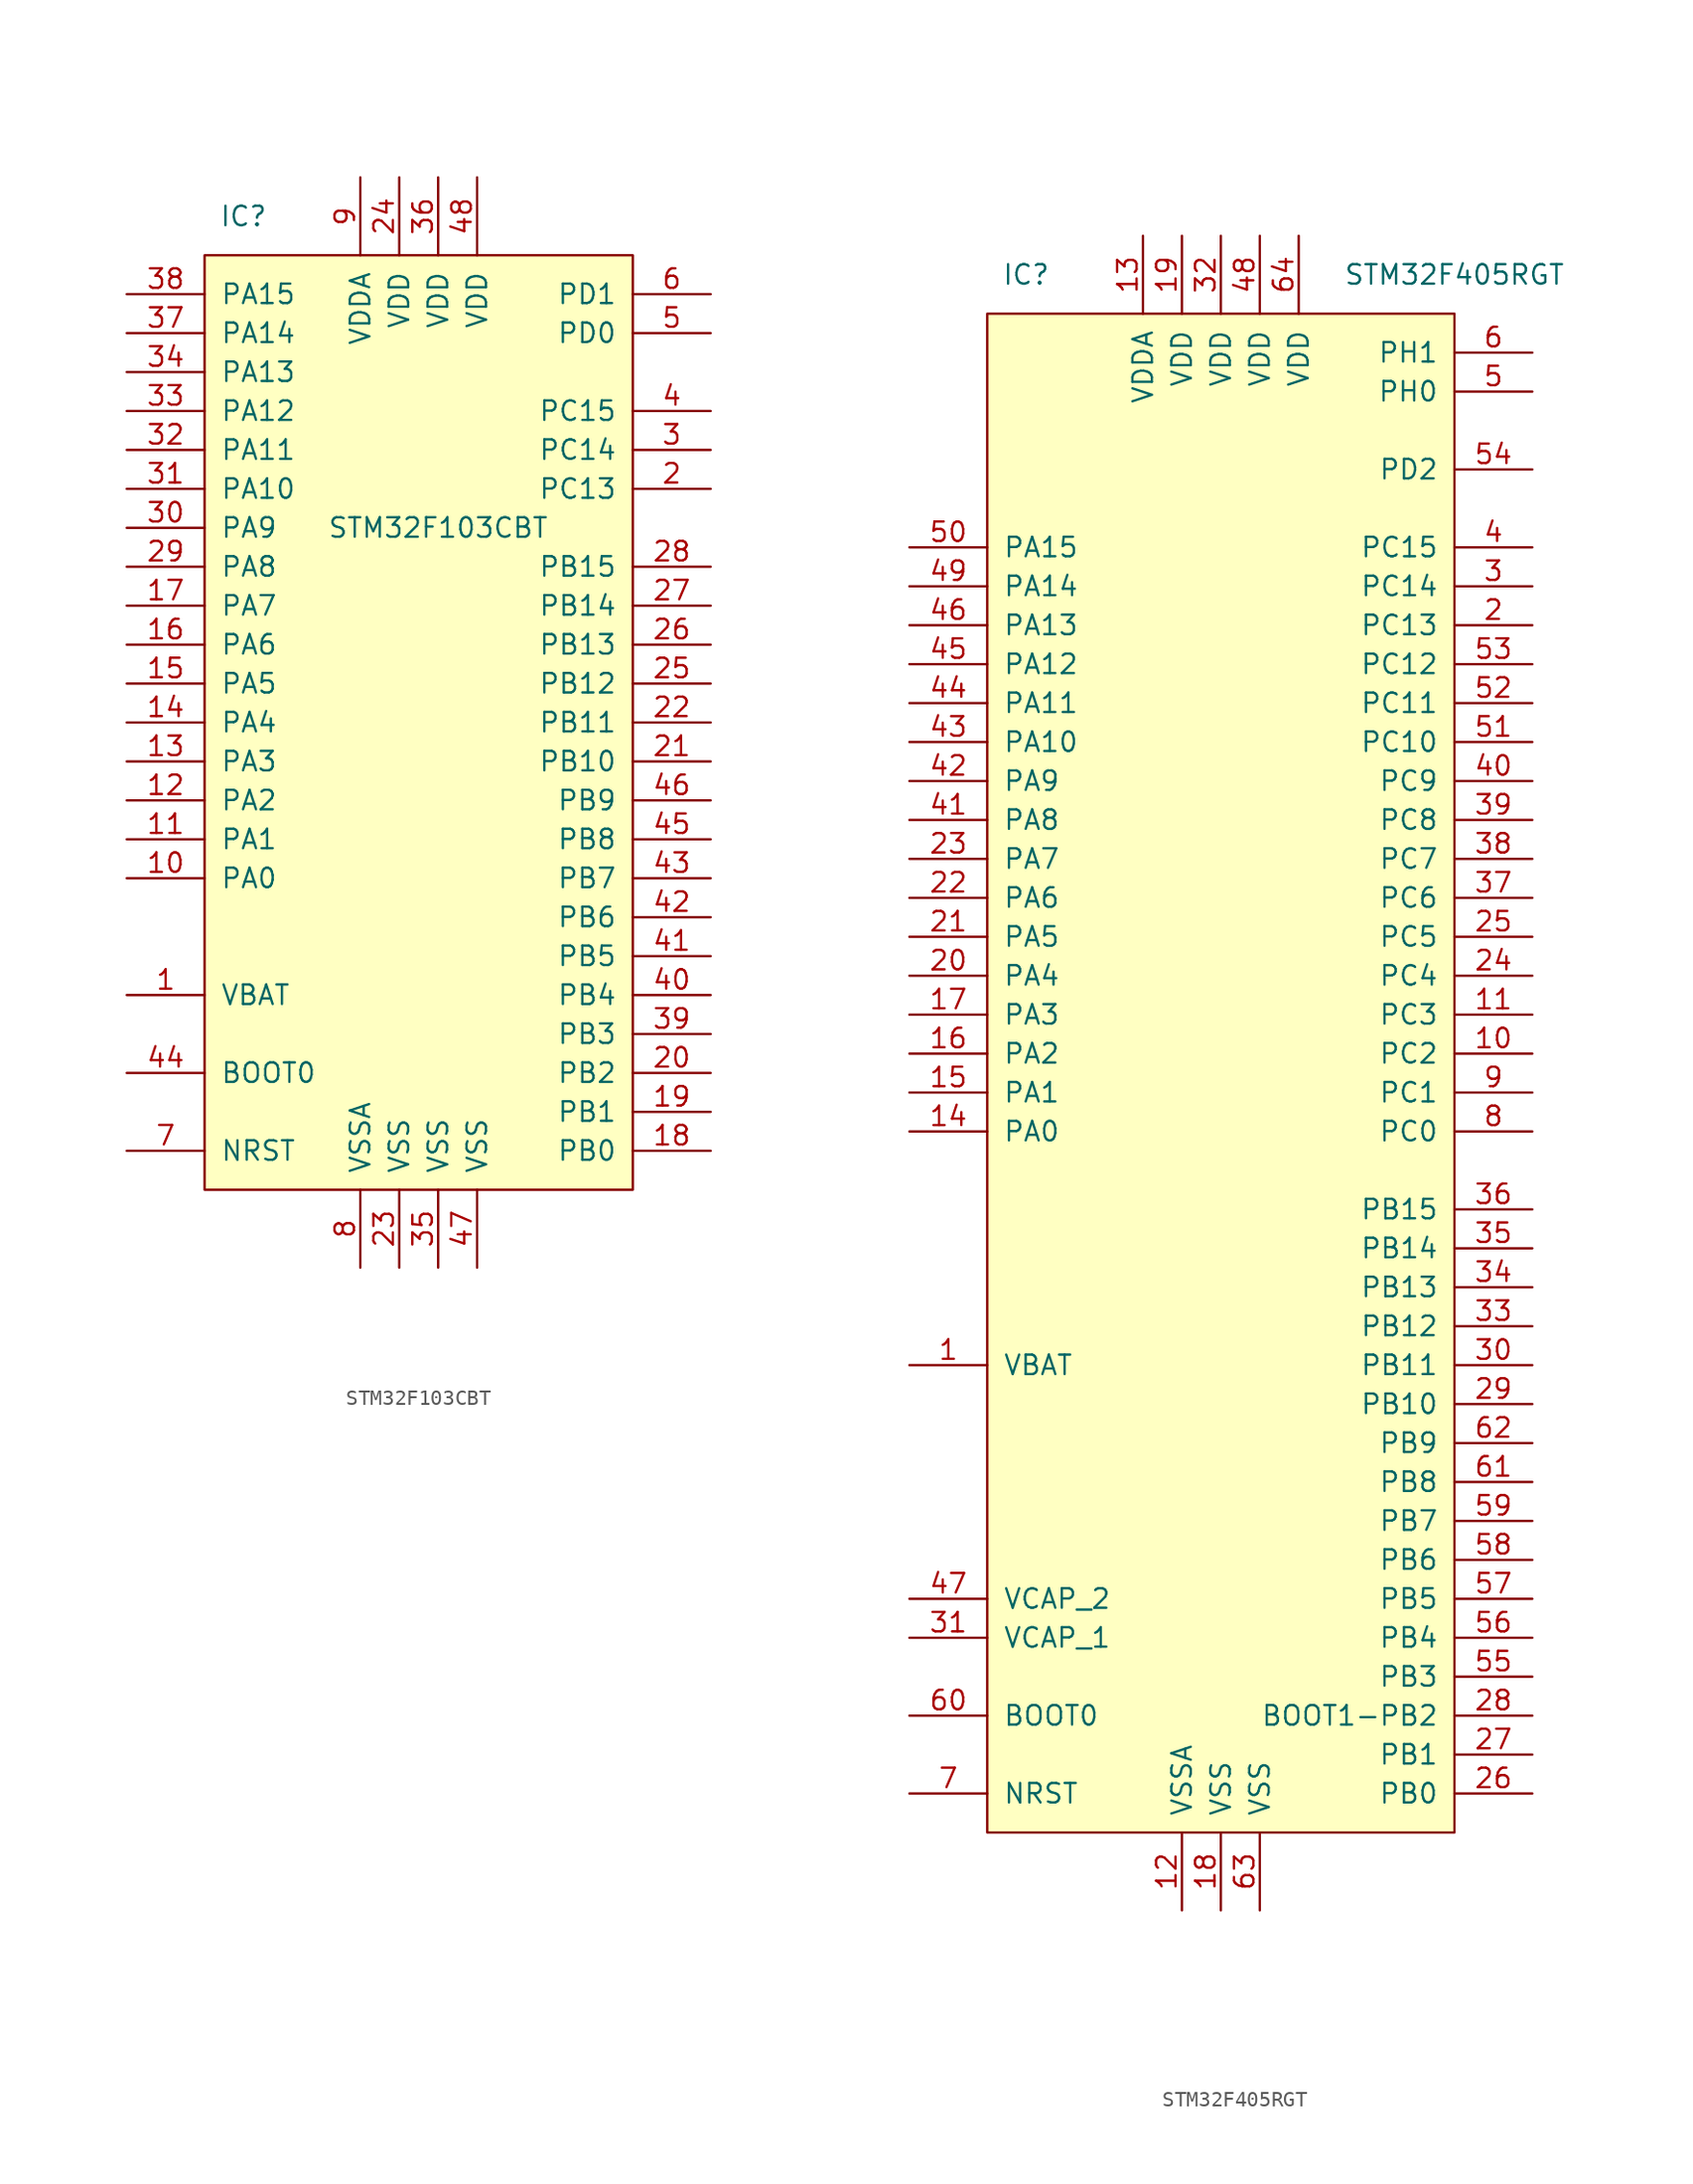
<source format=kicad_sym>
(kicad_symbol_lib
  (version 20220914)
  (generator kicad_symbol_editor)
  (symbol "STM32F103CBT"
    (pin_names
      (offset 1.016))
    (property "Reference" "IC"
      (at -12.7 58.42 0)
      (effects (font (size 1.27 1.27))))
    (property "Value" "STM32F103CBT"
      (at 0 38.1 0)
      (effects (font (size 1.27 1.27))))
    (symbol "STM32F103CBT_1_1"
      (rectangle (start -15.24 55.88) (end 12.7 -5.08) (stroke (width 0.152) (type default)) (fill (type background)))
      (pin power_in line (at -20.32 7.62 0) (length 5.08) (name "VBAT" (effects (font (size 1.27 1.27)))) (number "1" (effects (font (size 1.27 1.27)))))
      (pin bidirectional line (at -20.32 15.24 0) (length 5.08) (name "PA0" (effects (font (size 1.27 1.27)))) (number "10" (effects (font (size 1.27 1.27)))))
      (pin bidirectional line (at -20.32 17.78 0) (length 5.08) (name "PA1" (effects (font (size 1.27 1.27)))) (number "11" (effects (font (size 1.27 1.27)))))
      (pin bidirectional line (at -20.32 20.32 0) (length 5.08) (name "PA2" (effects (font (size 1.27 1.27)))) (number "12" (effects (font (size 1.27 1.27)))))
      (pin bidirectional line (at -20.32 22.86 0) (length 5.08) (name "PA3" (effects (font (size 1.27 1.27)))) (number "13" (effects (font (size 1.27 1.27)))))
      (pin bidirectional line (at -20.32 25.4 0) (length 5.08) (name "PA4" (effects (font (size 1.27 1.27)))) (number "14" (effects (font (size 1.27 1.27)))))
      (pin bidirectional line (at -20.32 27.94 0) (length 5.08) (name "PA5" (effects (font (size 1.27 1.27)))) (number "15" (effects (font (size 1.27 1.27)))))
      (pin bidirectional line (at -20.32 30.48 0) (length 5.08) (name "PA6" (effects (font (size 1.27 1.27)))) (number "16" (effects (font (size 1.27 1.27)))))
      (pin bidirectional line (at -20.32 33.02 0) (length 5.08) (name "PA7" (effects (font (size 1.27 1.27)))) (number "17" (effects (font (size 1.27 1.27)))))
      (pin bidirectional line (at 17.78 -2.54 180) (length 5.08) (name "PB0" (effects (font (size 1.27 1.27)))) (number "18" (effects (font (size 1.27 1.27)))))
      (pin bidirectional line (at 17.78 0 180) (length 5.08) (name "PB1" (effects (font (size 1.27 1.27)))) (number "19" (effects (font (size 1.27 1.27)))))
      (pin bidirectional line (at 17.78 40.64 180) (length 5.08) (name "PC13" (effects (font (size 1.27 1.27)))) (number "2" (effects (font (size 1.27 1.27)))))
      (pin bidirectional line (at 17.78 2.54 180) (length 5.08) (name "PB2" (effects (font (size 1.27 1.27)))) (number "20" (effects (font (size 1.27 1.27)))))
      (pin bidirectional line (at 17.78 22.86 180) (length 5.08) (name "PB10" (effects (font (size 1.27 1.27)))) (number "21" (effects (font (size 1.27 1.27)))))
      (pin bidirectional line (at 17.78 25.4 180) (length 5.08) (name "PB11" (effects (font (size 1.27 1.27)))) (number "22" (effects (font (size 1.27 1.27)))))
      (pin power_in line (at -2.54 -10.16 90) (length 5.08) (name "VSS" (effects (font (size 1.27 1.27)))) (number "23" (effects (font (size 1.27 1.27)))))
      (pin power_in line (at -2.54 60.96 270) (length 5.08) (name "VDD" (effects (font (size 1.27 1.27)))) (number "24" (effects (font (size 1.27 1.27)))))
      (pin bidirectional line (at 17.78 27.94 180) (length 5.08) (name "PB12" (effects (font (size 1.27 1.27)))) (number "25" (effects (font (size 1.27 1.27)))))
      (pin bidirectional line (at 17.78 30.48 180) (length 5.08) (name "PB13" (effects (font (size 1.27 1.27)))) (number "26" (effects (font (size 1.27 1.27)))))
      (pin bidirectional line (at 17.78 33.02 180) (length 5.08) (name "PB14" (effects (font (size 1.27 1.27)))) (number "27" (effects (font (size 1.27 1.27)))))
      (pin bidirectional line (at 17.78 35.56 180) (length 5.08) (name "PB15" (effects (font (size 1.27 1.27)))) (number "28" (effects (font (size 1.27 1.27)))))
      (pin bidirectional line (at -20.32 35.56 0) (length 5.08) (name "PA8" (effects (font (size 1.27 1.27)))) (number "29" (effects (font (size 1.27 1.27)))))
      (pin bidirectional line (at 17.78 43.18 180) (length 5.08) (name "PC14" (effects (font (size 1.27 1.27)))) (number "3" (effects (font (size 1.27 1.27)))))
      (pin bidirectional line (at -20.32 38.1 0) (length 5.08) (name "PA9" (effects (font (size 1.27 1.27)))) (number "30" (effects (font (size 1.27 1.27)))))
      (pin bidirectional line (at -20.32 40.64 0) (length 5.08) (name "PA10" (effects (font (size 1.27 1.27)))) (number "31" (effects (font (size 1.27 1.27)))))
      (pin bidirectional line (at -20.32 43.18 0) (length 5.08) (name "PA11" (effects (font (size 1.27 1.27)))) (number "32" (effects (font (size 1.27 1.27)))))
      (pin bidirectional line (at -20.32 45.72 0) (length 5.08) (name "PA12" (effects (font (size 1.27 1.27)))) (number "33" (effects (font (size 1.27 1.27)))))
      (pin bidirectional line (at -20.32 48.26 0) (length 5.08) (name "PA13" (effects (font (size 1.27 1.27)))) (number "34" (effects (font (size 1.27 1.27)))))
      (pin power_in line (at 0 -10.16 90) (length 5.08) (name "VSS" (effects (font (size 1.27 1.27)))) (number "35" (effects (font (size 1.27 1.27)))))
      (pin power_in line (at 0 60.96 270) (length 5.08) (name "VDD" (effects (font (size 1.27 1.27)))) (number "36" (effects (font (size 1.27 1.27)))))
      (pin bidirectional line (at -20.32 50.8 0) (length 5.08) (name "PA14" (effects (font (size 1.27 1.27)))) (number "37" (effects (font (size 1.27 1.27)))))
      (pin bidirectional line (at -20.32 53.34 0) (length 5.08) (name "PA15" (effects (font (size 1.27 1.27)))) (number "38" (effects (font (size 1.27 1.27)))))
      (pin bidirectional line (at 17.78 5.08 180) (length 5.08) (name "PB3" (effects (font (size 1.27 1.27)))) (number "39" (effects (font (size 1.27 1.27)))))
      (pin bidirectional line (at 17.78 45.72 180) (length 5.08) (name "PC15" (effects (font (size 1.27 1.27)))) (number "4" (effects (font (size 1.27 1.27)))))
      (pin bidirectional line (at 17.78 7.62 180) (length 5.08) (name "PB4" (effects (font (size 1.27 1.27)))) (number "40" (effects (font (size 1.27 1.27)))))
      (pin bidirectional line (at 17.78 10.16 180) (length 5.08) (name "PB5" (effects (font (size 1.27 1.27)))) (number "41" (effects (font (size 1.27 1.27)))))
      (pin bidirectional line (at 17.78 12.7 180) (length 5.08) (name "PB6" (effects (font (size 1.27 1.27)))) (number "42" (effects (font (size 1.27 1.27)))))
      (pin bidirectional line (at 17.78 15.24 180) (length 5.08) (name "PB7" (effects (font (size 1.27 1.27)))) (number "43" (effects (font (size 1.27 1.27)))))
      (pin input line (at -20.32 2.54 0) (length 5.08) (name "BOOT0" (effects (font (size 1.27 1.27)))) (number "44" (effects (font (size 1.27 1.27)))))
      (pin bidirectional line (at 17.78 17.78 180) (length 5.08) (name "PB8" (effects (font (size 1.27 1.27)))) (number "45" (effects (font (size 1.27 1.27)))))
      (pin bidirectional line (at 17.78 20.32 180) (length 5.08) (name "PB9" (effects (font (size 1.27 1.27)))) (number "46" (effects (font (size 1.27 1.27)))))
      (pin power_in line (at 2.54 -10.16 90) (length 5.08) (name "VSS" (effects (font (size 1.27 1.27)))) (number "47" (effects (font (size 1.27 1.27)))))
      (pin power_in line (at 2.54 60.96 270) (length 5.08) (name "VDD" (effects (font (size 1.27 1.27)))) (number "48" (effects (font (size 1.27 1.27)))))
      (pin bidirectional line (at 17.78 50.8 180) (length 5.08) (name "PD0" (effects (font (size 1.27 1.27)))) (number "5" (effects (font (size 1.27 1.27)))))
      (pin bidirectional line (at 17.78 53.34 180) (length 5.08) (name "PD1" (effects (font (size 1.27 1.27)))) (number "6" (effects (font (size 1.27 1.27)))))
      (pin bidirectional line (at -20.32 -2.54 0) (length 5.08) (name "NRST" (effects (font (size 1.27 1.27)))) (number "7" (effects (font (size 1.27 1.27)))))
      (pin power_in line (at -5.08 -10.16 90) (length 5.08) (name "VSSA" (effects (font (size 1.27 1.27)))) (number "8" (effects (font (size 1.27 1.27)))))
      (pin power_in line (at -5.08 60.96 270) (length 5.08) (name "VDDA" (effects (font (size 1.27 1.27)))) (number "9" (effects (font (size 1.27 1.27)))))))
  (symbol "STM32F405RGT"
    (pin_names
      (offset 1.016))
    (property "Reference" "IC"
      (at -12.7 53.34 0)
      (effects (font (size 1.27 1.27))))
    (property "Value" "STM32F405RGT"
      (at 15.24 53.34 0)
      (effects (font (size 1.27 1.27))))
    (symbol "STM32F405RGT_1_1"
      (rectangle (start -15.24 50.8) (end 15.24 -48.26) (stroke (width 0.152) (type default)) (fill (type background)))
      (pin power_in line (at -20.32 -17.78 0) (length 5.08) (name "VBAT" (effects (font (size 1.27 1.27)))) (number "1" (effects (font (size 1.27 1.27)))))
      (pin bidirectional line (at 20.32 2.54 180) (length 5.08) (name "PC2" (effects (font (size 1.27 1.27)))) (number "10" (effects (font (size 1.27 1.27)))))
      (pin bidirectional line (at 20.32 5.08 180) (length 5.08) (name "PC3" (effects (font (size 1.27 1.27)))) (number "11" (effects (font (size 1.27 1.27)))))
      (pin power_in line (at -2.54 -53.34 90) (length 5.08) (name "VSSA" (effects (font (size 1.27 1.27)))) (number "12" (effects (font (size 1.27 1.27)))))
      (pin power_in line (at -5.08 55.88 270) (length 5.08) (name "VDDA" (effects (font (size 1.27 1.27)))) (number "13" (effects (font (size 1.27 1.27)))))
      (pin bidirectional line (at -20.32 -2.54 0) (length 5.08) (name "PA0" (effects (font (size 1.27 1.27)))) (number "14" (effects (font (size 1.27 1.27)))))
      (pin bidirectional line (at -20.32 0 0) (length 5.08) (name "PA1" (effects (font (size 1.27 1.27)))) (number "15" (effects (font (size 1.27 1.27)))))
      (pin bidirectional line (at -20.32 2.54 0) (length 5.08) (name "PA2" (effects (font (size 1.27 1.27)))) (number "16" (effects (font (size 1.27 1.27)))))
      (pin bidirectional line (at -20.32 5.08 0) (length 5.08) (name "PA3" (effects (font (size 1.27 1.27)))) (number "17" (effects (font (size 1.27 1.27)))))
      (pin power_in line (at 0 -53.34 90) (length 5.08) (name "VSS" (effects (font (size 1.27 1.27)))) (number "18" (effects (font (size 1.27 1.27)))))
      (pin power_in line (at -2.54 55.88 270) (length 5.08) (name "VDD" (effects (font (size 1.27 1.27)))) (number "19" (effects (font (size 1.27 1.27)))))
      (pin bidirectional line (at 20.32 30.48 180) (length 5.08) (name "PC13" (effects (font (size 1.27 1.27)))) (number "2" (effects (font (size 1.27 1.27)))))
      (pin bidirectional line (at -20.32 7.62 0) (length 5.08) (name "PA4" (effects (font (size 1.27 1.27)))) (number "20" (effects (font (size 1.27 1.27)))))
      (pin bidirectional line (at -20.32 10.16 0) (length 5.08) (name "PA5" (effects (font (size 1.27 1.27)))) (number "21" (effects (font (size 1.27 1.27)))))
      (pin bidirectional line (at -20.32 12.7 0) (length 5.08) (name "PA6" (effects (font (size 1.27 1.27)))) (number "22" (effects (font (size 1.27 1.27)))))
      (pin bidirectional line (at -20.32 15.24 0) (length 5.08) (name "PA7" (effects (font (size 1.27 1.27)))) (number "23" (effects (font (size 1.27 1.27)))))
      (pin bidirectional line (at 20.32 7.62 180) (length 5.08) (name "PC4" (effects (font (size 1.27 1.27)))) (number "24" (effects (font (size 1.27 1.27)))))
      (pin bidirectional line (at 20.32 10.16 180) (length 5.08) (name "PC5" (effects (font (size 1.27 1.27)))) (number "25" (effects (font (size 1.27 1.27)))))
      (pin bidirectional line (at 20.32 -45.72 180) (length 5.08) (name "PB0" (effects (font (size 1.27 1.27)))) (number "26" (effects (font (size 1.27 1.27)))))
      (pin bidirectional line (at 20.32 -43.18 180) (length 5.08) (name "PB1" (effects (font (size 1.27 1.27)))) (number "27" (effects (font (size 1.27 1.27)))))
      (pin bidirectional line (at 20.32 -40.64 180) (length 5.08) (name "BOOT1-PB2" (effects (font (size 1.27 1.27)))) (number "28" (effects (font (size 1.27 1.27)))))
      (pin bidirectional line (at 20.32 -20.32 180) (length 5.08) (name "PB10" (effects (font (size 1.27 1.27)))) (number "29" (effects (font (size 1.27 1.27)))))
      (pin bidirectional line (at 20.32 33.02 180) (length 5.08) (name "PC14" (effects (font (size 1.27 1.27)))) (number "3" (effects (font (size 1.27 1.27)))))
      (pin bidirectional line (at 20.32 -17.78 180) (length 5.08) (name "PB11" (effects (font (size 1.27 1.27)))) (number "30" (effects (font (size 1.27 1.27)))))
      (pin power_in line (at -20.32 -35.56 0) (length 5.08) (name "VCAP_1" (effects (font (size 1.27 1.27)))) (number "31" (effects (font (size 1.27 1.27)))))
      (pin power_in line (at 0 55.88 270) (length 5.08) (name "VDD" (effects (font (size 1.27 1.27)))) (number "32" (effects (font (size 1.27 1.27)))))
      (pin bidirectional line (at 20.32 -15.24 180) (length 5.08) (name "PB12" (effects (font (size 1.27 1.27)))) (number "33" (effects (font (size 1.27 1.27)))))
      (pin bidirectional line (at 20.32 -12.7 180) (length 5.08) (name "PB13" (effects (font (size 1.27 1.27)))) (number "34" (effects (font (size 1.27 1.27)))))
      (pin bidirectional line (at 20.32 -10.16 180) (length 5.08) (name "PB14" (effects (font (size 1.27 1.27)))) (number "35" (effects (font (size 1.27 1.27)))))
      (pin bidirectional line (at 20.32 -7.62 180) (length 5.08) (name "PB15" (effects (font (size 1.27 1.27)))) (number "36" (effects (font (size 1.27 1.27)))))
      (pin bidirectional line (at 20.32 12.7 180) (length 5.08) (name "PC6" (effects (font (size 1.27 1.27)))) (number "37" (effects (font (size 1.27 1.27)))))
      (pin bidirectional line (at 20.32 15.24 180) (length 5.08) (name "PC7" (effects (font (size 1.27 1.27)))) (number "38" (effects (font (size 1.27 1.27)))))
      (pin bidirectional line (at 20.32 17.78 180) (length 5.08) (name "PC8" (effects (font (size 1.27 1.27)))) (number "39" (effects (font (size 1.27 1.27)))))
      (pin bidirectional line (at 20.32 35.56 180) (length 5.08) (name "PC15" (effects (font (size 1.27 1.27)))) (number "4" (effects (font (size 1.27 1.27)))))
      (pin bidirectional line (at 20.32 20.32 180) (length 5.08) (name "PC9" (effects (font (size 1.27 1.27)))) (number "40" (effects (font (size 1.27 1.27)))))
      (pin bidirectional line (at -20.32 17.78 0) (length 5.08) (name "PA8" (effects (font (size 1.27 1.27)))) (number "41" (effects (font (size 1.27 1.27)))))
      (pin bidirectional line (at -20.32 20.32 0) (length 5.08) (name "PA9" (effects (font (size 1.27 1.27)))) (number "42" (effects (font (size 1.27 1.27)))))
      (pin bidirectional line (at -20.32 22.86 0) (length 5.08) (name "PA10" (effects (font (size 1.27 1.27)))) (number "43" (effects (font (size 1.27 1.27)))))
      (pin bidirectional line (at -20.32 25.4 0) (length 5.08) (name "PA11" (effects (font (size 1.27 1.27)))) (number "44" (effects (font (size 1.27 1.27)))))
      (pin bidirectional line (at -20.32 27.94 0) (length 5.08) (name "PA12" (effects (font (size 1.27 1.27)))) (number "45" (effects (font (size 1.27 1.27)))))
      (pin bidirectional line (at -20.32 30.48 0) (length 5.08) (name "PA13" (effects (font (size 1.27 1.27)))) (number "46" (effects (font (size 1.27 1.27)))))
      (pin power_in line (at -20.32 -33.02 0) (length 5.08) (name "VCAP_2" (effects (font (size 1.27 1.27)))) (number "47" (effects (font (size 1.27 1.27)))))
      (pin power_in line (at 2.54 55.88 270) (length 5.08) (name "VDD" (effects (font (size 1.27 1.27)))) (number "48" (effects (font (size 1.27 1.27)))))
      (pin bidirectional line (at -20.32 33.02 0) (length 5.08) (name "PA14" (effects (font (size 1.27 1.27)))) (number "49" (effects (font (size 1.27 1.27)))))
      (pin bidirectional line (at 20.32 45.72 180) (length 5.08) (name "PH0" (effects (font (size 1.27 1.27)))) (number "5" (effects (font (size 1.27 1.27)))))
      (pin bidirectional line (at -20.32 35.56 0) (length 5.08) (name "PA15" (effects (font (size 1.27 1.27)))) (number "50" (effects (font (size 1.27 1.27)))))
      (pin bidirectional line (at 20.32 22.86 180) (length 5.08) (name "PC10" (effects (font (size 1.27 1.27)))) (number "51" (effects (font (size 1.27 1.27)))))
      (pin bidirectional line (at 20.32 25.4 180) (length 5.08) (name "PC11" (effects (font (size 1.27 1.27)))) (number "52" (effects (font (size 1.27 1.27)))))
      (pin bidirectional line (at 20.32 27.94 180) (length 5.08) (name "PC12" (effects (font (size 1.27 1.27)))) (number "53" (effects (font (size 1.27 1.27)))))
      (pin bidirectional line (at 20.32 40.64 180) (length 5.08) (name "PD2" (effects (font (size 1.27 1.27)))) (number "54" (effects (font (size 1.27 1.27)))))
      (pin bidirectional line (at 20.32 -38.1 180) (length 5.08) (name "PB3" (effects (font (size 1.27 1.27)))) (number "55" (effects (font (size 1.27 1.27)))))
      (pin bidirectional line (at 20.32 -35.56 180) (length 5.08) (name "PB4" (effects (font (size 1.27 1.27)))) (number "56" (effects (font (size 1.27 1.27)))))
      (pin bidirectional line (at 20.32 -33.02 180) (length 5.08) (name "PB5" (effects (font (size 1.27 1.27)))) (number "57" (effects (font (size 1.27 1.27)))))
      (pin bidirectional line (at 20.32 -30.48 180) (length 5.08) (name "PB6" (effects (font (size 1.27 1.27)))) (number "58" (effects (font (size 1.27 1.27)))))
      (pin bidirectional line (at 20.32 -27.94 180) (length 5.08) (name "PB7" (effects (font (size 1.27 1.27)))) (number "59" (effects (font (size 1.27 1.27)))))
      (pin bidirectional line (at 20.32 48.26 180) (length 5.08) (name "PH1" (effects (font (size 1.27 1.27)))) (number "6" (effects (font (size 1.27 1.27)))))
      (pin input line (at -20.32 -40.64 0) (length 5.08) (name "BOOT0" (effects (font (size 1.27 1.27)))) (number "60" (effects (font (size 1.27 1.27)))))
      (pin bidirectional line (at 20.32 -25.4 180) (length 5.08) (name "PB8" (effects (font (size 1.27 1.27)))) (number "61" (effects (font (size 1.27 1.27)))))
      (pin bidirectional line (at 20.32 -22.86 180) (length 5.08) (name "PB9" (effects (font (size 1.27 1.27)))) (number "62" (effects (font (size 1.27 1.27)))))
      (pin power_in line (at 2.54 -53.34 90) (length 5.08) (name "VSS" (effects (font (size 1.27 1.27)))) (number "63" (effects (font (size 1.27 1.27)))))
      (pin power_in line (at 5.08 55.88 270) (length 5.08) (name "VDD" (effects (font (size 1.27 1.27)))) (number "64" (effects (font (size 1.27 1.27)))))
      (pin bidirectional line (at -20.32 -45.72 0) (length 5.08) (name "NRST" (effects (font (size 1.27 1.27)))) (number "7" (effects (font (size 1.27 1.27)))))
      (pin bidirectional line (at 20.32 -2.54 180) (length 5.08) (name "PC0" (effects (font (size 1.27 1.27)))) (number "8" (effects (font (size 1.27 1.27)))))
      (pin bidirectional line (at 20.32 0 180) (length 5.08) (name "PC1" (effects (font (size 1.27 1.27)))) (number "9" (effects (font (size 1.27 1.27))))))))
</source>
